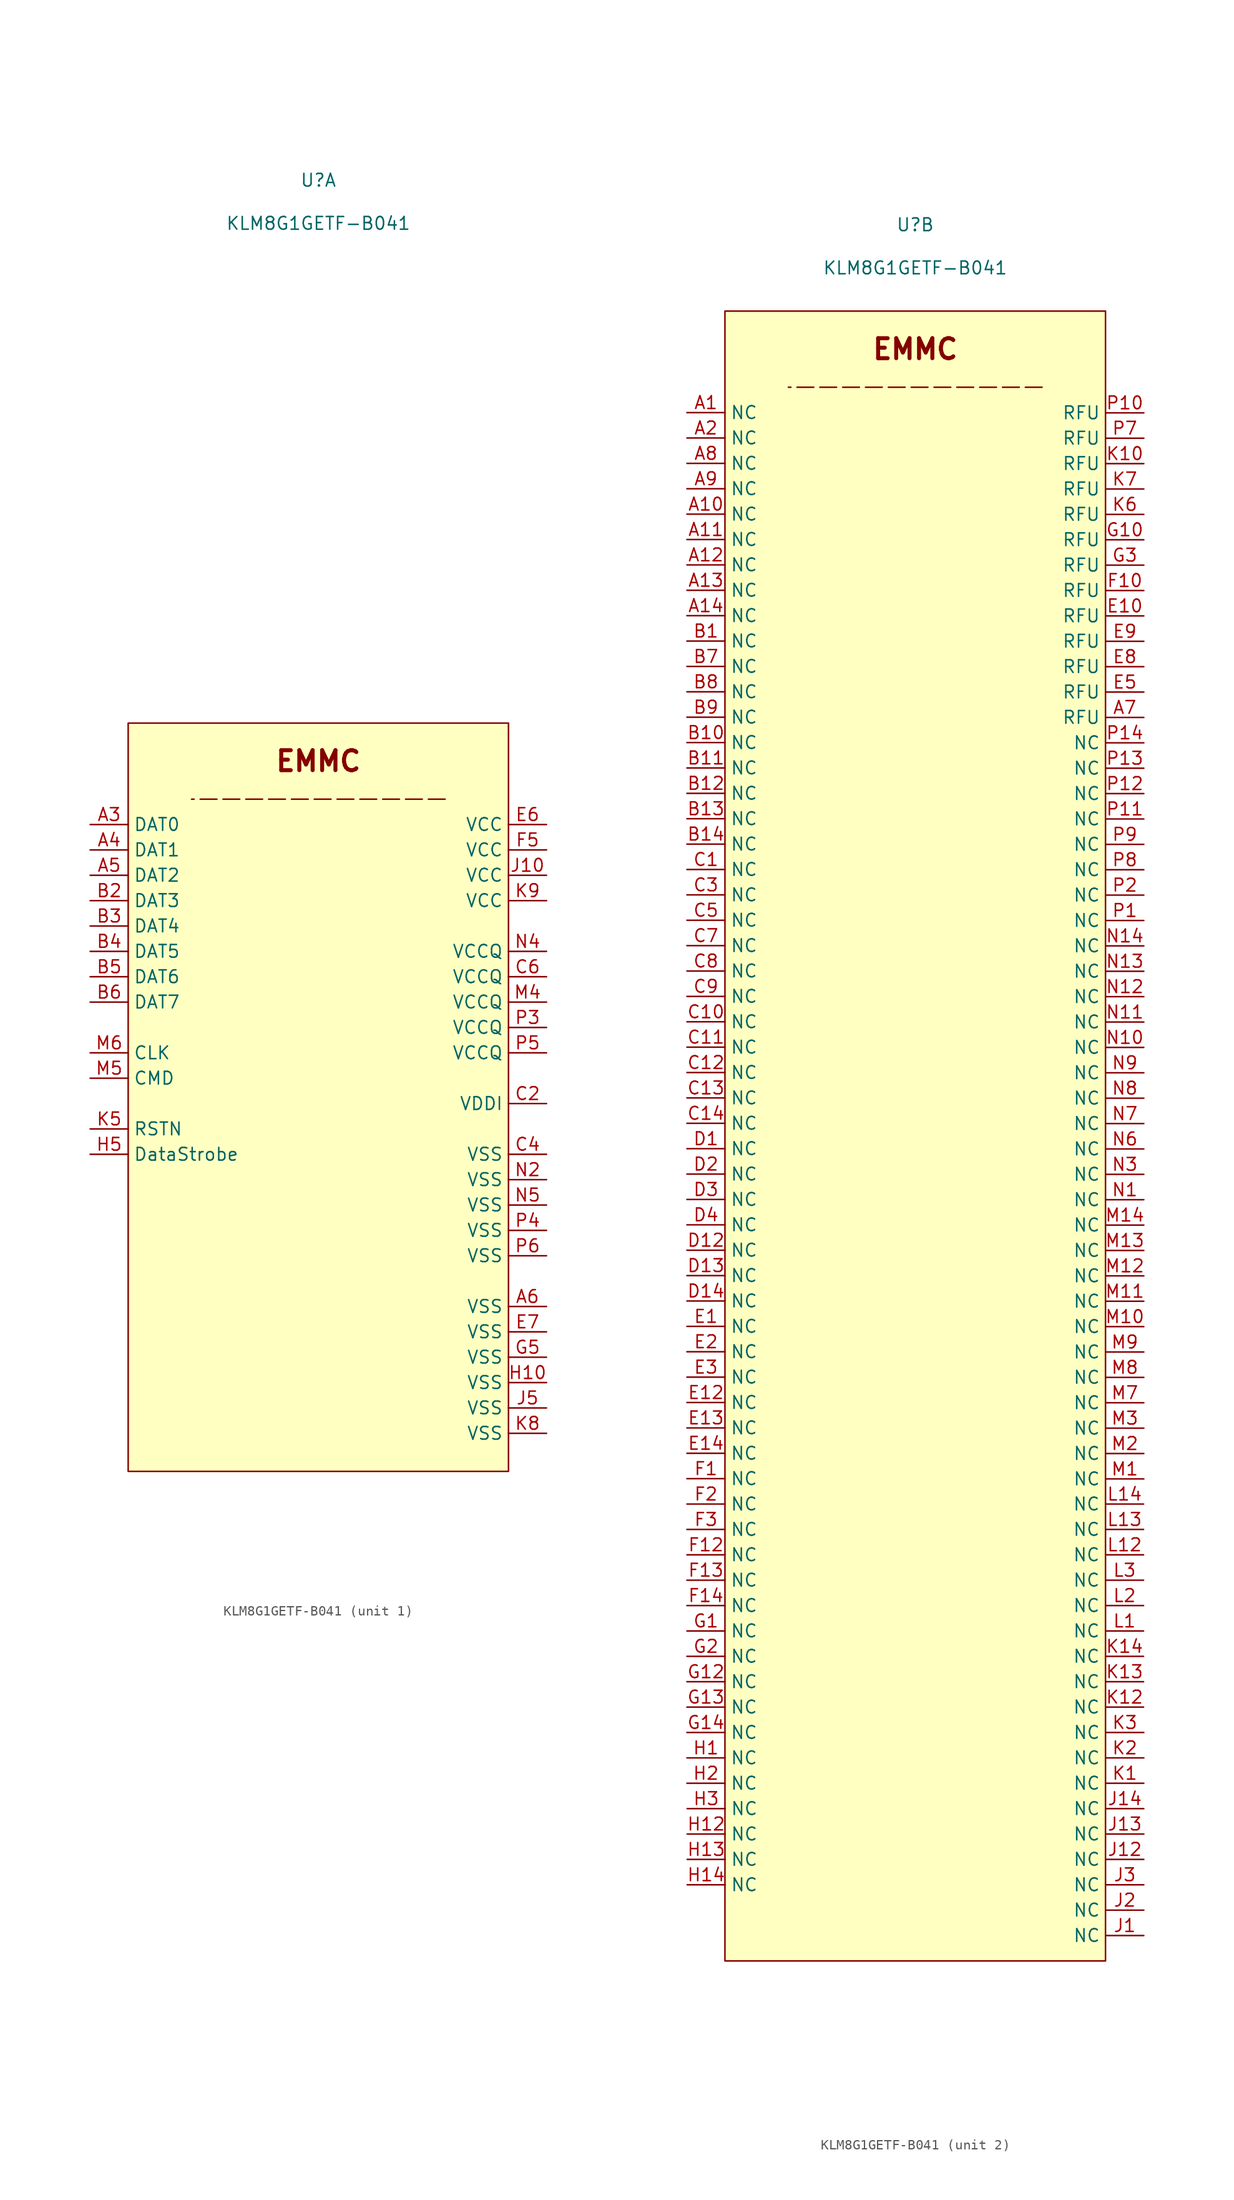
<source format=kicad_sym>
(kicad_symbol_lib
  (version 20231120)
  (generator "kicad_symbol_editor")
  (generator_version "8.0")
  (symbol "KLM8G1GETF-B041"
    (property "Reference" "U"
      (at 0 87.376 0)
      (effects (font (size 1.27 1.27))))
    (property "Value" "KLM8G1GETF-B041"
      (at 0 83.058 0)
      (effects (font (size 1.27 1.27))))
    (symbol "KLM8G1GETF-B041_1_0"
      (rectangle (start -19.05 33.02) (end 19.05 -41.91) (stroke (width 0) (type default)) (fill (type background)))
      (pin bidirectional line (at -22.86 22.86 0) (length 3.81) (name "DAT0" (effects (font (size 1.27 1.27)))) (number "A3" (effects (font (size 1.27 1.27)))))
      (pin bidirectional line (at -22.86 20.32 0) (length 3.81) (name "DAT1" (effects (font (size 1.27 1.27)))) (number "A4" (effects (font (size 1.27 1.27)))))
      (pin bidirectional line (at -22.86 17.78 0) (length 3.81) (name "DAT2" (effects (font (size 1.27 1.27)))) (number "A5" (effects (font (size 1.27 1.27)))))
      (pin power_in line (at 22.86 -25.4 180) (length 3.81) (name "VSS" (effects (font (size 1.27 1.27)))) (number "A6" (effects (font (size 1.27 1.27)))))
      (pin bidirectional line (at -22.86 15.24 0) (length 3.81) (name "DAT3" (effects (font (size 1.27 1.27)))) (number "B2" (effects (font (size 1.27 1.27)))))
      (pin bidirectional line (at -22.86 12.7 0) (length 3.81) (name "DAT4" (effects (font (size 1.27 1.27)))) (number "B3" (effects (font (size 1.27 1.27)))))
      (pin bidirectional line (at -22.86 10.16 0) (length 3.81) (name "DAT5" (effects (font (size 1.27 1.27)))) (number "B4" (effects (font (size 1.27 1.27)))))
      (pin bidirectional line (at -22.86 7.62 0) (length 3.81) (name "DAT6" (effects (font (size 1.27 1.27)))) (number "B5" (effects (font (size 1.27 1.27)))))
      (pin bidirectional line (at -22.86 5.08 0) (length 3.81) (name "DAT7" (effects (font (size 1.27 1.27)))) (number "B6" (effects (font (size 1.27 1.27)))))
      (pin power_in line (at 22.86 -5.08 180) (length 3.81) (name "VDDI" (effects (font (size 1.27 1.27)))) (number "C2" (effects (font (size 1.27 1.27)))))
      (pin power_in line (at 22.86 -10.16 180) (length 3.81) (name "VSS" (effects (font (size 1.27 1.27)))) (number "C4" (effects (font (size 1.27 1.27)))))
      (pin power_in line (at 22.86 7.62 180) (length 3.81) (name "VCCQ" (effects (font (size 1.27 1.27)))) (number "C6" (effects (font (size 1.27 1.27)))))
      (pin power_in line (at 22.86 22.86 180) (length 3.81) (name "VCC" (effects (font (size 1.27 1.27)))) (number "E6" (effects (font (size 1.27 1.27)))))
      (pin power_in line (at 22.86 -27.94 180) (length 3.81) (name "VSS" (effects (font (size 1.27 1.27)))) (number "E7" (effects (font (size 1.27 1.27)))))
      (pin power_in line (at 22.86 20.32 180) (length 3.81) (name "VCC" (effects (font (size 1.27 1.27)))) (number "F5" (effects (font (size 1.27 1.27)))))
      (pin power_in line (at 22.86 -30.48 180) (length 3.81) (name "VSS" (effects (font (size 1.27 1.27)))) (number "G5" (effects (font (size 1.27 1.27)))))
      (pin power_in line (at 22.86 -33.02 180) (length 3.81) (name "VSS" (effects (font (size 1.27 1.27)))) (number "H10" (effects (font (size 1.27 1.27)))))
      (pin bidirectional line (at -22.86 -10.16 0) (length 3.81) (name "DataStrobe" (effects (font (size 1.27 1.27)))) (number "H5" (effects (font (size 1.27 1.27)))))
      (pin power_in line (at 22.86 17.78 180) (length 3.81) (name "VCC" (effects (font (size 1.27 1.27)))) (number "J10" (effects (font (size 1.27 1.27)))))
      (pin power_in line (at 22.86 -35.56 180) (length 3.81) (name "VSS" (effects (font (size 1.27 1.27)))) (number "J5" (effects (font (size 1.27 1.27)))))
      (pin input line (at -22.86 -7.62 0) (length 3.81) (name "RSTN" (effects (font (size 1.27 1.27)))) (number "K5" (effects (font (size 1.27 1.27)))))
      (pin power_in line (at 22.86 -38.1 180) (length 3.81) (name "VSS" (effects (font (size 1.27 1.27)))) (number "K8" (effects (font (size 1.27 1.27)))))
      (pin power_in line (at 22.86 15.24 180) (length 3.81) (name "VCC" (effects (font (size 1.27 1.27)))) (number "K9" (effects (font (size 1.27 1.27)))))
      (pin power_in line (at 22.86 5.08 180) (length 3.81) (name "VCCQ" (effects (font (size 1.27 1.27)))) (number "M4" (effects (font (size 1.27 1.27)))))
      (pin bidirectional line (at -22.86 -2.54 0) (length 3.81) (name "CMD" (effects (font (size 1.27 1.27)))) (number "M5" (effects (font (size 1.27 1.27)))))
      (pin input line (at -22.86 0 0) (length 3.81) (name "CLK" (effects (font (size 1.27 1.27)))) (number "M6" (effects (font (size 1.27 1.27)))))
      (pin power_in line (at 22.86 -12.7 180) (length 3.81) (name "VSS" (effects (font (size 1.27 1.27)))) (number "N2" (effects (font (size 1.27 1.27)))))
      (pin power_in line (at 22.86 10.16 180) (length 3.81) (name "VCCQ" (effects (font (size 1.27 1.27)))) (number "N4" (effects (font (size 1.27 1.27)))))
      (pin power_in line (at 22.86 -15.24 180) (length 3.81) (name "VSS" (effects (font (size 1.27 1.27)))) (number "N5" (effects (font (size 1.27 1.27)))))
      (pin power_in line (at 22.86 2.54 180) (length 3.81) (name "VCCQ" (effects (font (size 1.27 1.27)))) (number "P3" (effects (font (size 1.27 1.27)))))
      (pin power_in line (at 22.86 -17.78 180) (length 3.81) (name "VSS" (effects (font (size 1.27 1.27)))) (number "P4" (effects (font (size 1.27 1.27)))))
      (pin power_in line (at 22.86 0 180) (length 3.81) (name "VCCQ" (effects (font (size 1.27 1.27)))) (number "P5" (effects (font (size 1.27 1.27)))))
      (pin power_in line (at 22.86 -20.32 180) (length 3.81) (name "VSS" (effects (font (size 1.27 1.27)))) (number "P6" (effects (font (size 1.27 1.27))))))
    (symbol "KLM8G1GETF-B041_1_1"
      (polyline (pts (xy 12.7 25.4) (xy -12.7 25.4)) (stroke (width 0) (type dash)) (fill (type none)))
      (text "EMMC" (at 0 29.21 0) (effects (font (size 2 2) (bold yes)))))
    (symbol "KLM8G1GETF-B041_2_0"
      (rectangle (start -19.05 78.74) (end 19.05 -86.36) (stroke (width 0) (type default)) (fill (type background)))
      (pin passive line (at -22.86 68.58 0) (length 3.81) (name "NC" (effects (font (size 1.27 1.27)))) (number "A1" (effects (font (size 1.27 1.27)))))
      (pin passive line (at -22.86 58.42 0) (length 3.81) (name "NC" (effects (font (size 1.27 1.27)))) (number "A10" (effects (font (size 1.27 1.27)))))
      (pin passive line (at -22.86 55.88 0) (length 3.81) (name "NC" (effects (font (size 1.27 1.27)))) (number "A11" (effects (font (size 1.27 1.27)))))
      (pin passive line (at -22.86 53.34 0) (length 3.81) (name "NC" (effects (font (size 1.27 1.27)))) (number "A12" (effects (font (size 1.27 1.27)))))
      (pin passive line (at -22.86 50.8 0) (length 3.81) (name "NC" (effects (font (size 1.27 1.27)))) (number "A13" (effects (font (size 1.27 1.27)))))
      (pin passive line (at -22.86 48.26 0) (length 3.81) (name "NC" (effects (font (size 1.27 1.27)))) (number "A14" (effects (font (size 1.27 1.27)))))
      (pin passive line (at -22.86 66.04 0) (length 3.81) (name "NC" (effects (font (size 1.27 1.27)))) (number "A2" (effects (font (size 1.27 1.27)))))
      (pin passive line (at 22.885 38.075 180) (length 3.81) (name "RFU" (effects (font (size 1.27 1.27)))) (number "A7" (effects (font (size 1.27 1.27)))))
      (pin passive line (at -22.86 63.5 0) (length 3.81) (name "NC" (effects (font (size 1.27 1.27)))) (number "A8" (effects (font (size 1.27 1.27)))))
      (pin passive line (at -22.86 60.96 0) (length 3.81) (name "NC" (effects (font (size 1.27 1.27)))) (number "A9" (effects (font (size 1.27 1.27)))))
      (pin passive line (at -22.86 45.72 0) (length 3.81) (name "NC" (effects (font (size 1.27 1.27)))) (number "B1" (effects (font (size 1.27 1.27)))))
      (pin passive line (at -22.86 35.56 0) (length 3.81) (name "NC" (effects (font (size 1.27 1.27)))) (number "B10" (effects (font (size 1.27 1.27)))))
      (pin passive line (at -22.86 33.02 0) (length 3.81) (name "NC" (effects (font (size 1.27 1.27)))) (number "B11" (effects (font (size 1.27 1.27)))))
      (pin passive line (at -22.86 30.48 0) (length 3.81) (name "NC" (effects (font (size 1.27 1.27)))) (number "B12" (effects (font (size 1.27 1.27)))))
      (pin passive line (at -22.86 27.94 0) (length 3.81) (name "NC" (effects (font (size 1.27 1.27)))) (number "B13" (effects (font (size 1.27 1.27)))))
      (pin passive line (at -22.86 25.4 0) (length 3.81) (name "NC" (effects (font (size 1.27 1.27)))) (number "B14" (effects (font (size 1.27 1.27)))))
      (pin passive line (at -22.86 43.18 0) (length 3.81) (name "NC" (effects (font (size 1.27 1.27)))) (number "B7" (effects (font (size 1.27 1.27)))))
      (pin passive line (at -22.86 40.64 0) (length 3.81) (name "NC" (effects (font (size 1.27 1.27)))) (number "B8" (effects (font (size 1.27 1.27)))))
      (pin passive line (at -22.86 38.1 0) (length 3.81) (name "NC" (effects (font (size 1.27 1.27)))) (number "B9" (effects (font (size 1.27 1.27)))))
      (pin passive line (at -22.86 22.86 0) (length 3.81) (name "NC" (effects (font (size 1.27 1.27)))) (number "C1" (effects (font (size 1.27 1.27)))))
      (pin passive line (at -22.86 7.62 0) (length 3.81) (name "NC" (effects (font (size 1.27 1.27)))) (number "C10" (effects (font (size 1.27 1.27)))))
      (pin passive line (at -22.86 5.08 0) (length 3.81) (name "NC" (effects (font (size 1.27 1.27)))) (number "C11" (effects (font (size 1.27 1.27)))))
      (pin passive line (at -22.86 2.54 0) (length 3.81) (name "NC" (effects (font (size 1.27 1.27)))) (number "C12" (effects (font (size 1.27 1.27)))))
      (pin passive line (at -22.86 0 0) (length 3.81) (name "NC" (effects (font (size 1.27 1.27)))) (number "C13" (effects (font (size 1.27 1.27)))))
      (pin passive line (at -22.86 -2.54 0) (length 3.81) (name "NC" (effects (font (size 1.27 1.27)))) (number "C14" (effects (font (size 1.27 1.27)))))
      (pin passive line (at -22.86 20.32 0) (length 3.81) (name "NC" (effects (font (size 1.27 1.27)))) (number "C3" (effects (font (size 1.27 1.27)))))
      (pin passive line (at -22.86 17.78 0) (length 3.81) (name "NC" (effects (font (size 1.27 1.27)))) (number "C5" (effects (font (size 1.27 1.27)))))
      (pin passive line (at -22.86 15.24 0) (length 3.81) (name "NC" (effects (font (size 1.27 1.27)))) (number "C7" (effects (font (size 1.27 1.27)))))
      (pin passive line (at -22.86 12.7 0) (length 3.81) (name "NC" (effects (font (size 1.27 1.27)))) (number "C8" (effects (font (size 1.27 1.27)))))
      (pin passive line (at -22.86 10.16 0) (length 3.81) (name "NC" (effects (font (size 1.27 1.27)))) (number "C9" (effects (font (size 1.27 1.27)))))
      (pin passive line (at -22.86 -5.08 0) (length 3.81) (name "NC" (effects (font (size 1.27 1.27)))) (number "D1" (effects (font (size 1.27 1.27)))))
      (pin passive line (at -22.86 -15.24 0) (length 3.81) (name "NC" (effects (font (size 1.27 1.27)))) (number "D12" (effects (font (size 1.27 1.27)))))
      (pin passive line (at -22.86 -17.78 0) (length 3.81) (name "NC" (effects (font (size 1.27 1.27)))) (number "D13" (effects (font (size 1.27 1.27)))))
      (pin passive line (at -22.86 -20.32 0) (length 3.81) (name "NC" (effects (font (size 1.27 1.27)))) (number "D14" (effects (font (size 1.27 1.27)))))
      (pin passive line (at -22.86 -7.62 0) (length 3.81) (name "NC" (effects (font (size 1.27 1.27)))) (number "D2" (effects (font (size 1.27 1.27)))))
      (pin passive line (at -22.86 -10.16 0) (length 3.81) (name "NC" (effects (font (size 1.27 1.27)))) (number "D3" (effects (font (size 1.27 1.27)))))
      (pin passive line (at -22.86 -12.7 0) (length 3.81) (name "NC" (effects (font (size 1.27 1.27)))) (number "D4" (effects (font (size 1.27 1.27)))))
      (pin passive line (at -22.86 -22.86 0) (length 3.81) (name "NC" (effects (font (size 1.27 1.27)))) (number "E1" (effects (font (size 1.27 1.27)))))
      (pin passive line (at 22.885 48.235 180) (length 3.81) (name "RFU" (effects (font (size 1.27 1.27)))) (number "E10" (effects (font (size 1.27 1.27)))))
      (pin passive line (at -22.86 -30.48 0) (length 3.81) (name "NC" (effects (font (size 1.27 1.27)))) (number "E12" (effects (font (size 1.27 1.27)))))
      (pin passive line (at -22.86 -33.02 0) (length 3.81) (name "NC" (effects (font (size 1.27 1.27)))) (number "E13" (effects (font (size 1.27 1.27)))))
      (pin passive line (at -22.86 -35.56 0) (length 3.81) (name "NC" (effects (font (size 1.27 1.27)))) (number "E14" (effects (font (size 1.27 1.27)))))
      (pin passive line (at -22.86 -25.4 0) (length 3.81) (name "NC" (effects (font (size 1.27 1.27)))) (number "E2" (effects (font (size 1.27 1.27)))))
      (pin passive line (at -22.86 -27.94 0) (length 3.81) (name "NC" (effects (font (size 1.27 1.27)))) (number "E3" (effects (font (size 1.27 1.27)))))
      (pin passive line (at 22.885 40.615 180) (length 3.81) (name "RFU" (effects (font (size 1.27 1.27)))) (number "E5" (effects (font (size 1.27 1.27)))))
      (pin passive line (at 22.885 43.155 180) (length 3.81) (name "RFU" (effects (font (size 1.27 1.27)))) (number "E8" (effects (font (size 1.27 1.27)))))
      (pin passive line (at 22.885 45.695 180) (length 3.81) (name "RFU" (effects (font (size 1.27 1.27)))) (number "E9" (effects (font (size 1.27 1.27)))))
      (pin passive line (at -22.86 -38.1 0) (length 3.81) (name "NC" (effects (font (size 1.27 1.27)))) (number "F1" (effects (font (size 1.27 1.27)))))
      (pin passive line (at 22.885 50.775 180) (length 3.81) (name "RFU" (effects (font (size 1.27 1.27)))) (number "F10" (effects (font (size 1.27 1.27)))))
      (pin passive line (at -22.86 -45.72 0) (length 3.81) (name "NC" (effects (font (size 1.27 1.27)))) (number "F12" (effects (font (size 1.27 1.27)))))
      (pin passive line (at -22.86 -48.26 0) (length 3.81) (name "NC" (effects (font (size 1.27 1.27)))) (number "F13" (effects (font (size 1.27 1.27)))))
      (pin passive line (at -22.86 -50.8 0) (length 3.81) (name "NC" (effects (font (size 1.27 1.27)))) (number "F14" (effects (font (size 1.27 1.27)))))
      (pin passive line (at -22.86 -40.64 0) (length 3.81) (name "NC" (effects (font (size 1.27 1.27)))) (number "F2" (effects (font (size 1.27 1.27)))))
      (pin passive line (at -22.86 -43.18 0) (length 3.81) (name "NC" (effects (font (size 1.27 1.27)))) (number "F3" (effects (font (size 1.27 1.27)))))
      (pin passive line (at -22.86 -53.34 0) (length 3.81) (name "NC" (effects (font (size 1.27 1.27)))) (number "G1" (effects (font (size 1.27 1.27)))))
      (pin passive line (at 22.885 55.855 180) (length 3.81) (name "RFU" (effects (font (size 1.27 1.27)))) (number "G10" (effects (font (size 1.27 1.27)))))
      (pin passive line (at -22.86 -58.42 0) (length 3.81) (name "NC" (effects (font (size 1.27 1.27)))) (number "G12" (effects (font (size 1.27 1.27)))))
      (pin passive line (at -22.86 -60.96 0) (length 3.81) (name "NC" (effects (font (size 1.27 1.27)))) (number "G13" (effects (font (size 1.27 1.27)))))
      (pin passive line (at -22.86 -63.5 0) (length 3.81) (name "NC" (effects (font (size 1.27 1.27)))) (number "G14" (effects (font (size 1.27 1.27)))))
      (pin passive line (at -22.86 -55.88 0) (length 3.81) (name "NC" (effects (font (size 1.27 1.27)))) (number "G2" (effects (font (size 1.27 1.27)))))
      (pin passive line (at 22.885 53.315 180) (length 3.81) (name "RFU" (effects (font (size 1.27 1.27)))) (number "G3" (effects (font (size 1.27 1.27)))))
      (pin passive line (at -22.86 -66.04 0) (length 3.81) (name "NC" (effects (font (size 1.27 1.27)))) (number "H1" (effects (font (size 1.27 1.27)))))
      (pin passive line (at -22.835 -73.66 0) (length 3.81) (name "NC" (effects (font (size 1.27 1.27)))) (number "H12" (effects (font (size 1.27 1.27)))))
      (pin passive line (at -22.835 -76.2 0) (length 3.81) (name "NC" (effects (font (size 1.27 1.27)))) (number "H13" (effects (font (size 1.27 1.27)))))
      (pin passive line (at -22.835 -78.74 0) (length 3.81) (name "NC" (effects (font (size 1.27 1.27)))) (number "H14" (effects (font (size 1.27 1.27)))))
      (pin passive line (at -22.86 -68.58 0) (length 3.81) (name "NC" (effects (font (size 1.27 1.27)))) (number "H2" (effects (font (size 1.27 1.27)))))
      (pin passive line (at -22.835 -71.12 0) (length 3.81) (name "NC" (effects (font (size 1.27 1.27)))) (number "H3" (effects (font (size 1.27 1.27)))))
      (pin passive line (at 22.885 -83.82 180) (length 3.81) (name "NC" (effects (font (size 1.27 1.27)))) (number "J1" (effects (font (size 1.27 1.27)))))
      (pin passive line (at 22.885 -76.2 180) (length 3.81) (name "NC" (effects (font (size 1.27 1.27)))) (number "J12" (effects (font (size 1.27 1.27)))))
      (pin passive line (at 22.885 -73.66 180) (length 3.81) (name "NC" (effects (font (size 1.27 1.27)))) (number "J13" (effects (font (size 1.27 1.27)))))
      (pin passive line (at 22.885 -71.12 180) (length 3.81) (name "NC" (effects (font (size 1.27 1.27)))) (number "J14" (effects (font (size 1.27 1.27)))))
      (pin passive line (at 22.885 -81.28 180) (length 3.81) (name "NC" (effects (font (size 1.27 1.27)))) (number "J2" (effects (font (size 1.27 1.27)))))
      (pin passive line (at 22.885 -78.74 180) (length 3.81) (name "NC" (effects (font (size 1.27 1.27)))) (number "J3" (effects (font (size 1.27 1.27)))))
      (pin passive line (at 22.885 -68.58 180) (length 3.81) (name "NC" (effects (font (size 1.27 1.27)))) (number "K1" (effects (font (size 1.27 1.27)))))
      (pin passive line (at 22.885 63.475 180) (length 3.81) (name "RFU" (effects (font (size 1.27 1.27)))) (number "K10" (effects (font (size 1.27 1.27)))))
      (pin passive line (at 22.86 -60.96 180) (length 3.81) (name "NC" (effects (font (size 1.27 1.27)))) (number "K12" (effects (font (size 1.27 1.27)))))
      (pin passive line (at 22.86 -58.42 180) (length 3.81) (name "NC" (effects (font (size 1.27 1.27)))) (number "K13" (effects (font (size 1.27 1.27)))))
      (pin passive line (at 22.86 -55.88 180) (length 3.81) (name "NC" (effects (font (size 1.27 1.27)))) (number "K14" (effects (font (size 1.27 1.27)))))
      (pin passive line (at 22.885 -66.04 180) (length 3.81) (name "NC" (effects (font (size 1.27 1.27)))) (number "K2" (effects (font (size 1.27 1.27)))))
      (pin passive line (at 22.885 -63.5 180) (length 3.81) (name "NC" (effects (font (size 1.27 1.27)))) (number "K3" (effects (font (size 1.27 1.27)))))
      (pin passive line (at 22.885 58.395 180) (length 3.81) (name "RFU" (effects (font (size 1.27 1.27)))) (number "K6" (effects (font (size 1.27 1.27)))))
      (pin passive line (at 22.885 60.935 180) (length 3.81) (name "RFU" (effects (font (size 1.27 1.27)))) (number "K7" (effects (font (size 1.27 1.27)))))
      (pin passive line (at 22.86 -53.34 180) (length 3.81) (name "NC" (effects (font (size 1.27 1.27)))) (number "L1" (effects (font (size 1.27 1.27)))))
      (pin passive line (at 22.86 -45.72 180) (length 3.81) (name "NC" (effects (font (size 1.27 1.27)))) (number "L12" (effects (font (size 1.27 1.27)))))
      (pin passive line (at 22.86 -43.18 180) (length 3.81) (name "NC" (effects (font (size 1.27 1.27)))) (number "L13" (effects (font (size 1.27 1.27)))))
      (pin passive line (at 22.86 -40.64 180) (length 3.81) (name "NC" (effects (font (size 1.27 1.27)))) (number "L14" (effects (font (size 1.27 1.27)))))
      (pin passive line (at 22.86 -50.8 180) (length 3.81) (name "NC" (effects (font (size 1.27 1.27)))) (number "L2" (effects (font (size 1.27 1.27)))))
      (pin passive line (at 22.86 -48.26 180) (length 3.81) (name "NC" (effects (font (size 1.27 1.27)))) (number "L3" (effects (font (size 1.27 1.27)))))
      (pin passive line (at 22.885 -38.125 180) (length 3.81) (name "NC" (effects (font (size 1.27 1.27)))) (number "M1" (effects (font (size 1.27 1.27)))))
      (pin passive line (at 22.885 -22.885 180) (length 3.81) (name "NC" (effects (font (size 1.27 1.27)))) (number "M10" (effects (font (size 1.27 1.27)))))
      (pin passive line (at 22.885 -20.345 180) (length 3.81) (name "NC" (effects (font (size 1.27 1.27)))) (number "M11" (effects (font (size 1.27 1.27)))))
      (pin passive line (at 22.885 -17.805 180) (length 3.81) (name "NC" (effects (font (size 1.27 1.27)))) (number "M12" (effects (font (size 1.27 1.27)))))
      (pin passive line (at 22.885 -15.265 180) (length 3.81) (name "NC" (effects (font (size 1.27 1.27)))) (number "M13" (effects (font (size 1.27 1.27)))))
      (pin passive line (at 22.885 -12.725 180) (length 3.81) (name "NC" (effects (font (size 1.27 1.27)))) (number "M14" (effects (font (size 1.27 1.27)))))
      (pin passive line (at 22.885 -35.585 180) (length 3.81) (name "NC" (effects (font (size 1.27 1.27)))) (number "M2" (effects (font (size 1.27 1.27)))))
      (pin passive line (at 22.885 -33.045 180) (length 3.81) (name "NC" (effects (font (size 1.27 1.27)))) (number "M3" (effects (font (size 1.27 1.27)))))
      (pin passive line (at 22.885 -30.505 180) (length 3.81) (name "NC" (effects (font (size 1.27 1.27)))) (number "M7" (effects (font (size 1.27 1.27)))))
      (pin passive line (at 22.885 -27.965 180) (length 3.81) (name "NC" (effects (font (size 1.27 1.27)))) (number "M8" (effects (font (size 1.27 1.27)))))
      (pin passive line (at 22.885 -25.425 180) (length 3.81) (name "NC" (effects (font (size 1.27 1.27)))) (number "M9" (effects (font (size 1.27 1.27)))))
      (pin passive line (at 22.885 -10.185 180) (length 3.81) (name "NC" (effects (font (size 1.27 1.27)))) (number "N1" (effects (font (size 1.27 1.27)))))
      (pin passive line (at 22.885 5.055 180) (length 3.81) (name "NC" (effects (font (size 1.27 1.27)))) (number "N10" (effects (font (size 1.27 1.27)))))
      (pin passive line (at 22.885 7.595 180) (length 3.81) (name "NC" (effects (font (size 1.27 1.27)))) (number "N11" (effects (font (size 1.27 1.27)))))
      (pin passive line (at 22.885 10.135 180) (length 3.81) (name "NC" (effects (font (size 1.27 1.27)))) (number "N12" (effects (font (size 1.27 1.27)))))
      (pin passive line (at 22.885 12.675 180) (length 3.81) (name "NC" (effects (font (size 1.27 1.27)))) (number "N13" (effects (font (size 1.27 1.27)))))
      (pin passive line (at 22.885 15.215 180) (length 3.81) (name "NC" (effects (font (size 1.27 1.27)))) (number "N14" (effects (font (size 1.27 1.27)))))
      (pin passive line (at 22.885 -7.645 180) (length 3.81) (name "NC" (effects (font (size 1.27 1.27)))) (number "N3" (effects (font (size 1.27 1.27)))))
      (pin passive line (at 22.885 -5.105 180) (length 3.81) (name "NC" (effects (font (size 1.27 1.27)))) (number "N6" (effects (font (size 1.27 1.27)))))
      (pin passive line (at 22.885 -2.565 180) (length 3.81) (name "NC" (effects (font (size 1.27 1.27)))) (number "N7" (effects (font (size 1.27 1.27)))))
      (pin passive line (at 22.885 -0.025 180) (length 3.81) (name "NC" (effects (font (size 1.27 1.27)))) (number "N8" (effects (font (size 1.27 1.27)))))
      (pin passive line (at 22.885 2.515 180) (length 3.81) (name "NC" (effects (font (size 1.27 1.27)))) (number "N9" (effects (font (size 1.27 1.27)))))
      (pin passive line (at 22.885 17.755 180) (length 3.81) (name "NC" (effects (font (size 1.27 1.27)))) (number "P1" (effects (font (size 1.27 1.27)))))
      (pin passive line (at 22.885 68.555 180) (length 3.81) (name "RFU" (effects (font (size 1.27 1.27)))) (number "P10" (effects (font (size 1.27 1.27)))))
      (pin passive line (at 22.885 27.915 180) (length 3.81) (name "NC" (effects (font (size 1.27 1.27)))) (number "P11" (effects (font (size 1.27 1.27)))))
      (pin passive line (at 22.885 30.455 180) (length 3.81) (name "NC" (effects (font (size 1.27 1.27)))) (number "P12" (effects (font (size 1.27 1.27)))))
      (pin passive line (at 22.885 32.995 180) (length 3.81) (name "NC" (effects (font (size 1.27 1.27)))) (number "P13" (effects (font (size 1.27 1.27)))))
      (pin passive line (at 22.885 35.535 180) (length 3.81) (name "NC" (effects (font (size 1.27 1.27)))) (number "P14" (effects (font (size 1.27 1.27)))))
      (pin passive line (at 22.885 20.295 180) (length 3.81) (name "NC" (effects (font (size 1.27 1.27)))) (number "P2" (effects (font (size 1.27 1.27)))))
      (pin passive line (at 22.885 66.015 180) (length 3.81) (name "RFU" (effects (font (size 1.27 1.27)))) (number "P7" (effects (font (size 1.27 1.27)))))
      (pin passive line (at 22.885 22.835 180) (length 3.81) (name "NC" (effects (font (size 1.27 1.27)))) (number "P8" (effects (font (size 1.27 1.27)))))
      (pin passive line (at 22.885 25.375 180) (length 3.81) (name "NC" (effects (font (size 1.27 1.27)))) (number "P9" (effects (font (size 1.27 1.27))))))
    (symbol "KLM8G1GETF-B041_2_1"
      (polyline (pts (xy 12.7 71.12) (xy -12.7 71.12)) (stroke (width 0) (type dash)) (fill (type none)))
      (text "EMMC" (at 0 74.93 0) (effects (font (size 2 2) (bold yes)))))))
</source>
